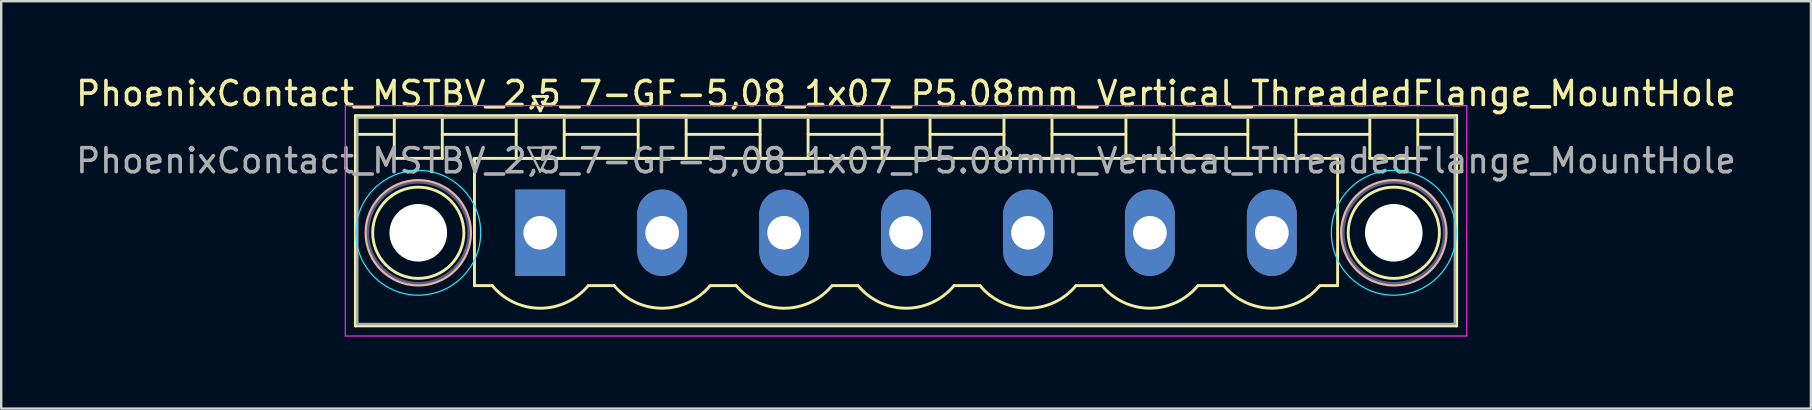
<source format=kicad_pcb>
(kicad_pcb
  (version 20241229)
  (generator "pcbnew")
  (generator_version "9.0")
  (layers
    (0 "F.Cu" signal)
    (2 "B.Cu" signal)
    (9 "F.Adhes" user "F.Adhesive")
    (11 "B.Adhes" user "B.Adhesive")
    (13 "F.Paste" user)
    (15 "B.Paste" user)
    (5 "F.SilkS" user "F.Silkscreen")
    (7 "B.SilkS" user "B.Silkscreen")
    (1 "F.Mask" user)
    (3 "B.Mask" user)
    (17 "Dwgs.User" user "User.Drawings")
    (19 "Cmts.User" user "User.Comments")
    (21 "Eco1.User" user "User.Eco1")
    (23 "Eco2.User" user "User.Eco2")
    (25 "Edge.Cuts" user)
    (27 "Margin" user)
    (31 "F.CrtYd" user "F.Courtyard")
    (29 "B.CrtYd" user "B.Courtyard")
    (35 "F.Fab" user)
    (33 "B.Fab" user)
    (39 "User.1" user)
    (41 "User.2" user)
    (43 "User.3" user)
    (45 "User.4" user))
  (footprint "PhoenixContact_MSTBV_2,5_7-GF-5,08_1x07_P5.08mm_Vertical_ThreadedFlange_MountHole"
    (layer "F.Cu")
    (at 19.456 6.648)
    (property "Reference" "PhoenixContact_MSTBV_2,5_7-GF-5,08_1x07_P5.08mm_Vertical_ThreadedFlange_MountHole" (at 15.24 -5.8 0) (layer "F.SilkS") (effects (font (size 1 1) (thickness 0.15))))
    (attr through_hole)
    (fp_line (start -7.7 -4.88) (end -7.7 3.88) (stroke (width 0.12) (type solid)) (layer "F.SilkS"))
    (fp_line (start -7.7 -4.1) (end -6.16 -4.1) (stroke (width 0.12) (type solid)) (layer "F.SilkS"))
    (fp_line (start -7.7 3.88) (end 38.18 3.88) (stroke (width 0.12) (type solid)) (layer "F.SilkS"))
    (fp_line (start -6.08 -4.88) (end -4.08 -4.88) (stroke (width 0.12) (type solid)) (layer "F.SilkS"))
    (fp_line (start -6.08 -3.1) (end -6.08 -4.88) (stroke (width 0.12) (type solid)) (layer "F.SilkS"))
    (fp_line (start -4.08 -4.88) (end -4.08 -3.1) (stroke (width 0.12) (type solid)) (layer "F.SilkS"))
    (fp_line (start -4.08 -4.1) (end -1 -4.1) (stroke (width 0.12) (type solid)) (layer "F.SilkS"))
    (fp_line (start -4.08 -3.1) (end -6.08 -3.1) (stroke (width 0.12) (type solid)) (layer "F.SilkS"))
    (fp_line (start -2.74 -3.1) (end 33.22 -3.1) (stroke (width 0.12) (type solid)) (layer "F.SilkS"))
    (fp_line (start -2.74 2.2) (end -2.74 -3.1) (stroke (width 0.12) (type solid)) (layer "F.SilkS"))
    (fp_line (start -2 2.2) (end -2.74 2.2) (stroke (width 0.12) (type solid)) (layer "F.SilkS"))
    (fp_line (start -1 -4.88) (end 1 -4.88) (stroke (width 0.12) (type solid)) (layer "F.SilkS"))
    (fp_line (start -1 -3.1) (end -1 -4.88) (stroke (width 0.12) (type solid)) (layer "F.SilkS"))
    (fp_line (start -0.3 -5.68) (end 0.3 -5.68) (stroke (width 0.12) (type solid)) (layer "F.SilkS"))
    (fp_line (start 0 -5.08) (end -0.3 -5.68) (stroke (width 0.12) (type solid)) (layer "F.SilkS"))
    (fp_line (start 0.3 -5.68) (end 0 -5.08) (stroke (width 0.12) (type solid)) (layer "F.SilkS"))
    (fp_line (start 1 -4.88) (end 1 -3.1) (stroke (width 0.12) (type solid)) (layer "F.SilkS"))
    (fp_line (start 1 -4.1) (end 4.08 -4.1) (stroke (width 0.12) (type solid)) (layer "F.SilkS"))
    (fp_line (start 1 -3.1) (end -1 -3.1) (stroke (width 0.12) (type solid)) (layer "F.SilkS"))
    (fp_line (start 2 2.2) (end 3.08 2.2) (stroke (width 0.12) (type solid)) (layer "F.SilkS"))
    (fp_line (start 4.08 -4.88) (end 6.08 -4.88) (stroke (width 0.12) (type solid)) (layer "F.SilkS"))
    (fp_line (start 4.08 -3.1) (end 4.08 -4.88) (stroke (width 0.12) (type solid)) (layer "F.SilkS"))
    (fp_line (start 6.08 -4.88) (end 6.08 -3.1) (stroke (width 0.12) (type solid)) (layer "F.SilkS"))
    (fp_line (start 6.08 -4.1) (end 9.16 -4.1) (stroke (width 0.12) (type solid)) (layer "F.SilkS"))
    (fp_line (start 6.08 -3.1) (end 4.08 -3.1) (stroke (width 0.12) (type solid)) (layer "F.SilkS"))
    (fp_line (start 7.08 2.2) (end 8.16 2.2) (stroke (width 0.12) (type solid)) (layer "F.SilkS"))
    (fp_line (start 9.16 -4.88) (end 11.16 -4.88) (stroke (width 0.12) (type solid)) (layer "F.SilkS"))
    (fp_line (start 9.16 -3.1) (end 9.16 -4.88) (stroke (width 0.12) (type solid)) (layer "F.SilkS"))
    (fp_line (start 11.16 -4.88) (end 11.16 -3.1) (stroke (width 0.12) (type solid)) (layer "F.SilkS"))
    (fp_line (start 11.16 -4.1) (end 14.24 -4.1) (stroke (width 0.12) (type solid)) (layer "F.SilkS"))
    (fp_line (start 11.16 -3.1) (end 9.16 -3.1) (stroke (width 0.12) (type solid)) (layer "F.SilkS"))
    (fp_line (start 12.16 2.2) (end 13.24 2.2) (stroke (width 0.12) (type solid)) (layer "F.SilkS"))
    (fp_line (start 14.24 -4.88) (end 16.24 -4.88) (stroke (width 0.12) (type solid)) (layer "F.SilkS"))
    (fp_line (start 14.24 -3.1) (end 14.24 -4.88) (stroke (width 0.12) (type solid)) (layer "F.SilkS"))
    (fp_line (start 16.24 -4.88) (end 16.24 -3.1) (stroke (width 0.12) (type solid)) (layer "F.SilkS"))
    (fp_line (start 16.24 -4.1) (end 19.32 -4.1) (stroke (width 0.12) (type solid)) (layer "F.SilkS"))
    (fp_line (start 16.24 -3.1) (end 14.24 -3.1) (stroke (width 0.12) (type solid)) (layer "F.SilkS"))
    (fp_line (start 17.24 2.2) (end 18.32 2.2) (stroke (width 0.12) (type solid)) (layer "F.SilkS"))
    (fp_line (start 19.32 -4.88) (end 21.32 -4.88) (stroke (width 0.12) (type solid)) (layer "F.SilkS"))
    (fp_line (start 19.32 -3.1) (end 19.32 -4.88) (stroke (width 0.12) (type solid)) (layer "F.SilkS"))
    (fp_line (start 21.32 -4.88) (end 21.32 -3.1) (stroke (width 0.12) (type solid)) (layer "F.SilkS"))
    (fp_line (start 21.32 -4.1) (end 24.4 -4.1) (stroke (width 0.12) (type solid)) (layer "F.SilkS"))
    (fp_line (start 21.32 -3.1) (end 19.32 -3.1) (stroke (width 0.12) (type solid)) (layer "F.SilkS"))
    (fp_line (start 22.32 2.2) (end 23.4 2.2) (stroke (width 0.12) (type solid)) (layer "F.SilkS"))
    (fp_line (start 24.4 -4.88) (end 26.4 -4.88) (stroke (width 0.12) (type solid)) (layer "F.SilkS"))
    (fp_line (start 24.4 -3.1) (end 24.4 -4.88) (stroke (width 0.12) (type solid)) (layer "F.SilkS"))
    (fp_line (start 26.4 -4.88) (end 26.4 -3.1) (stroke (width 0.12) (type solid)) (layer "F.SilkS"))
    (fp_line (start 26.4 -4.1) (end 29.48 -4.1) (stroke (width 0.12) (type solid)) (layer "F.SilkS"))
    (fp_line (start 26.4 -3.1) (end 24.4 -3.1) (stroke (width 0.12) (type solid)) (layer "F.SilkS"))
    (fp_line (start 27.4 2.2) (end 28.48 2.2) (stroke (width 0.12) (type solid)) (layer "F.SilkS"))
    (fp_line (start 29.48 -4.88) (end 31.48 -4.88) (stroke (width 0.12) (type solid)) (layer "F.SilkS"))
    (fp_line (start 29.48 -3.1) (end 29.48 -4.88) (stroke (width 0.12) (type solid)) (layer "F.SilkS"))
    (fp_line (start 31.48 -4.88) (end 31.48 -3.1) (stroke (width 0.12) (type solid)) (layer "F.SilkS"))
    (fp_line (start 31.48 -4.1) (end 34.56 -4.1) (stroke (width 0.12) (type solid)) (layer "F.SilkS"))
    (fp_line (start 31.48 -3.1) (end 29.48 -3.1) (stroke (width 0.12) (type solid)) (layer "F.SilkS"))
    (fp_line (start 33.22 -3.1) (end 33.22 2.2) (stroke (width 0.12) (type solid)) (layer "F.SilkS"))
    (fp_line (start 33.22 2.2) (end 32.48 2.2) (stroke (width 0.12) (type solid)) (layer "F.SilkS"))
    (fp_line (start 34.56 -4.88) (end 36.56 -4.88) (stroke (width 0.12) (type solid)) (layer "F.SilkS"))
    (fp_line (start 34.56 -3.1) (end 34.56 -4.88) (stroke (width 0.12) (type solid)) (layer "F.SilkS"))
    (fp_line (start 36.56 -4.88) (end 36.56 -3.1) (stroke (width 0.12) (type solid)) (layer "F.SilkS"))
    (fp_line (start 36.56 -3.1) (end 34.56 -3.1) (stroke (width 0.12) (type solid)) (layer "F.SilkS"))
    (fp_line (start 38.18 -4.88) (end -7.7 -4.88) (stroke (width 0.12) (type solid)) (layer "F.SilkS"))
    (fp_line (start 38.18 -4.1) (end 36.64 -4.1) (stroke (width 0.12) (type solid)) (layer "F.SilkS"))
    (fp_line (start 38.18 3.88) (end 38.18 -4.88) (stroke (width 0.12) (type solid)) (layer "F.SilkS"))
    (fp_arc (start 1.986842 2.215821) (mid -0.010289 3.142758) (end -2 2.2) (stroke (width 0.12) (type solid)) (layer "F.SilkS"))
    (fp_arc (start 7.066842 2.215821) (mid 5.069711 3.142758) (end 3.08 2.2) (stroke (width 0.12) (type solid)) (layer "F.SilkS"))
    (fp_arc (start 12.146842 2.215821) (mid 10.149711 3.142758) (end 8.16 2.2) (stroke (width 0.12) (type solid)) (layer "F.SilkS"))
    (fp_arc (start 17.226842 2.215821) (mid 15.229711 3.142758) (end 13.24 2.2) (stroke (width 0.12) (type solid)) (layer "F.SilkS"))
    (fp_arc (start 22.306842 2.215821) (mid 20.309711 3.142758) (end 18.32 2.2) (stroke (width 0.12) (type solid)) (layer "F.SilkS"))
    (fp_arc (start 27.386842 2.215821) (mid 25.389711 3.142758) (end 23.4 2.2) (stroke (width 0.12) (type solid)) (layer "F.SilkS"))
    (fp_arc (start 32.466842 2.215821) (mid 30.469711 3.142758) (end 28.48 2.2) (stroke (width 0.12) (type solid)) (layer "F.SilkS"))
    (fp_circle (center -5.08 0) (end -3.18 0) (stroke (width 0.12) (type solid)) (fill no) (layer "F.SilkS"))
    (fp_circle (center 35.56 0) (end 37.46 0) (stroke (width 0.12) (type solid)) (fill no) (layer "F.SilkS"))
    (fp_circle (center -5.08 0) (end -2.9 0) (stroke (width 0.12) (type solid)) (fill no) (layer "B.SilkS"))
    (fp_circle (center 35.56 0) (end 37.74 0) (stroke (width 0.12) (type solid)) (fill no) (layer "B.SilkS"))
    (fp_circle (center -5.08 0) (end -2.48 0) (stroke (width 0.05) (type solid)) (fill no) (layer "B.CrtYd"))
    (fp_circle (center 35.56 0) (end 38.16 0) (stroke (width 0.05) (type solid)) (fill no) (layer "B.CrtYd"))
    (fp_line (start -8.12 -5.3) (end -8.12 4.3) (stroke (width 0.05) (type solid)) (layer "F.CrtYd"))
    (fp_line (start -8.12 4.3) (end 38.6 4.3) (stroke (width 0.05) (type solid)) (layer "F.CrtYd"))
    (fp_line (start 38.6 -5.3) (end -8.12 -5.3) (stroke (width 0.05) (type solid)) (layer "F.CrtYd"))
    (fp_line (start 38.6 4.3) (end 38.6 -5.3) (stroke (width 0.05) (type solid)) (layer "F.CrtYd"))
    (fp_circle (center -5.08 0) (end -2.98 0) (stroke (width 0.1) (type solid)) (fill no) (layer "B.Fab"))
    (fp_circle (center 35.56 0) (end 37.66 0) (stroke (width 0.1) (type solid)) (fill no) (layer "B.Fab"))
    (fp_line (start -7.62 -4.8) (end -7.62 3.8) (stroke (width 0.1) (type solid)) (layer "F.Fab"))
    (fp_line (start -7.62 3.8) (end 38.1 3.8) (stroke (width 0.1) (type solid)) (layer "F.Fab"))
    (fp_line (start -0.5 -3.55) (end 0.5 -3.55) (stroke (width 0.1) (type solid)) (layer "F.Fab"))
    (fp_line (start 0 -2.55) (end -0.5 -3.55) (stroke (width 0.1) (type solid)) (layer "F.Fab"))
    (fp_line (start 0.5 -3.55) (end 0 -2.55) (stroke (width 0.1) (type solid)) (layer "F.Fab"))
    (fp_line (start 38.1 -4.8) (end -7.62 -4.8) (stroke (width 0.1) (type solid)) (layer "F.Fab"))
    (fp_line (start 38.1 3.8) (end 38.1 -4.8) (stroke (width 0.1) (type solid)) (layer "F.Fab"))
    (fp_text user "${REFERENCE}" (at 15.24 -3 0) (layer "F.Fab") (effects (font (size 1 1) (thickness 0.15))))
    (pad "" np_thru_hole circle (at -5.08 0) (size 2.4 2.4) (drill 2.4) (layers "*.Cu" "*.Mask"))
    (pad "" np_thru_hole circle (at 35.56 0) (size 2.4 2.4) (drill 2.4) (layers "*.Cu" "*.Mask"))
    (pad "1" thru_hole rect (at 0 0) (size 2.08 3.6) (drill 1.4) (layers "*.Cu" "*.Mask"))
    (pad "2" thru_hole oval (at 5.08 0) (size 2.08 3.6) (drill 1.4) (layers "*.Cu" "*.Mask"))
    (pad "3" thru_hole oval (at 10.16 0) (size 2.08 3.6) (drill 1.4) (layers "*.Cu" "*.Mask"))
    (pad "4" thru_hole oval (at 15.24 0) (size 2.08 3.6) (drill 1.4) (layers "*.Cu" "*.Mask"))
    (pad "5" thru_hole oval (at 20.32 0) (size 2.08 3.6) (drill 1.4) (layers "*.Cu" "*.Mask"))
    (pad "6" thru_hole oval (at 25.4 0) (size 2.08 3.6) (drill 1.4) (layers "*.Cu" "*.Mask"))
    (pad "7" thru_hole oval (at 30.48 0) (size 2.08 3.6) (drill 1.4) (layers "*.Cu" "*.Mask")))
  (gr_rect
    (start -3 -3)
    (end 72.393 13.973)
    (stroke (width 0.1) (type default))
    (fill no)
    (layer "Edge.Cuts")))
</source>
